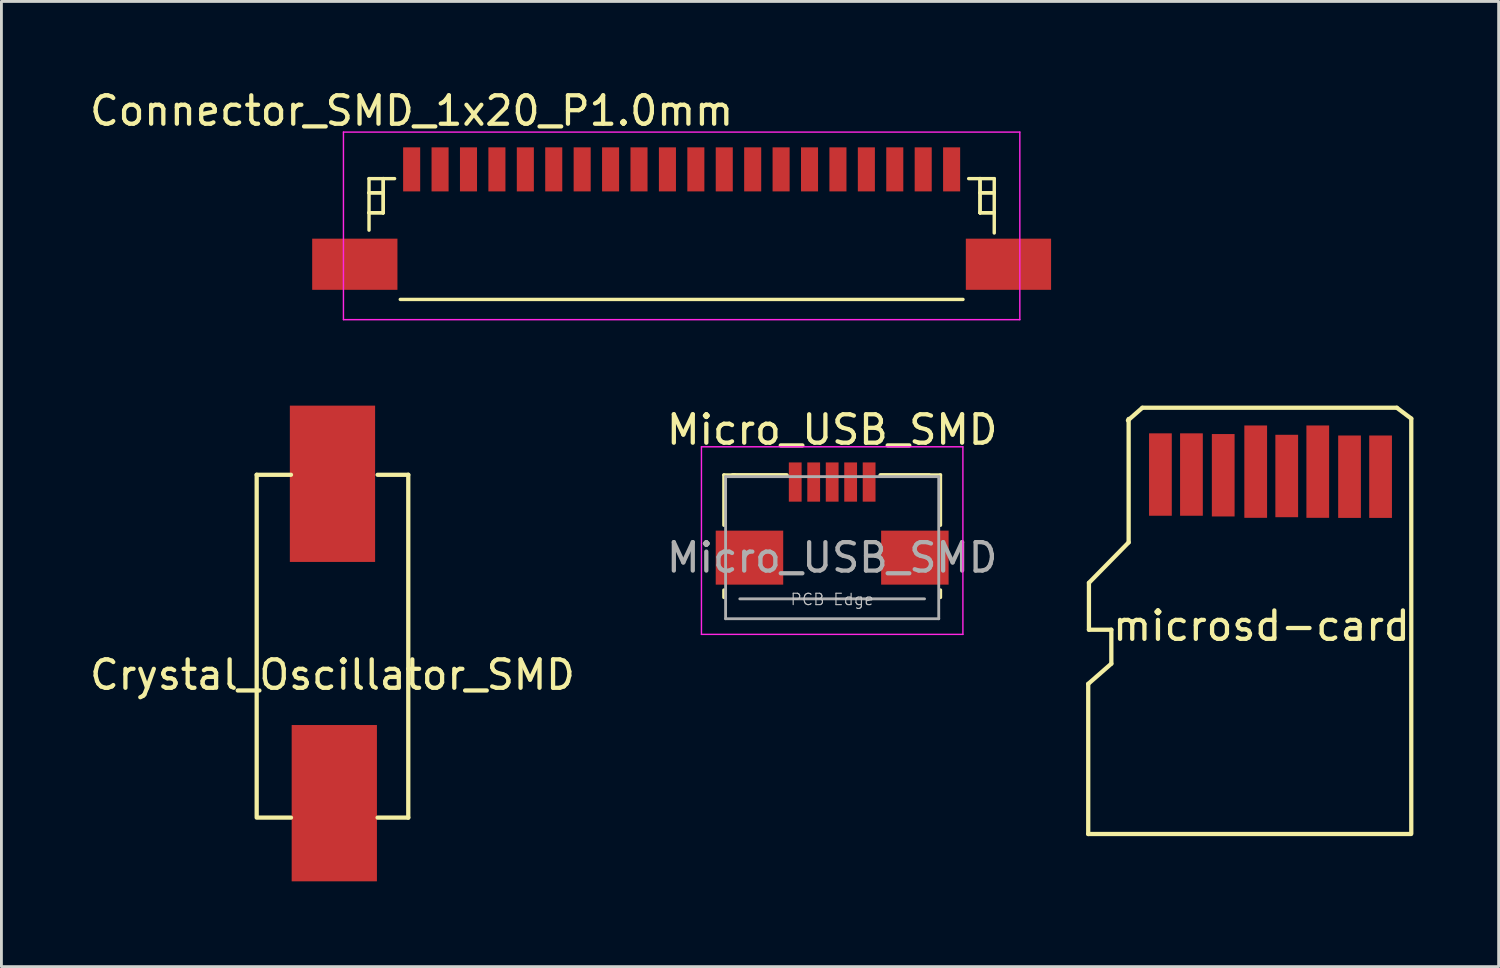
<source format=kicad_pcb>
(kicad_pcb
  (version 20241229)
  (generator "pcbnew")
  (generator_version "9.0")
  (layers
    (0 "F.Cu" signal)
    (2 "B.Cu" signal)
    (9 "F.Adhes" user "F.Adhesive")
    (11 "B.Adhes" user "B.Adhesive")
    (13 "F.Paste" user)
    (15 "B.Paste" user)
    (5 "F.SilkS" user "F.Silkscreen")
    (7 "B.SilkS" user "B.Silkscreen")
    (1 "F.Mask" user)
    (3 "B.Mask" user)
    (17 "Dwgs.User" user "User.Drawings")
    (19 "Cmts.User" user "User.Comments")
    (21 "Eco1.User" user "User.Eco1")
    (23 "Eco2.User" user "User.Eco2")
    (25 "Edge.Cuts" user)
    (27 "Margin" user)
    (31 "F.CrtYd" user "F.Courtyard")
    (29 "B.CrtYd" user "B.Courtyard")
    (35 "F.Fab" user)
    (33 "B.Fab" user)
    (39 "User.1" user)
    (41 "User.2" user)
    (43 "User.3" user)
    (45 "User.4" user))
  (footprint "Connector_SMD_1x20_P1.0mm"
    (layer "F.Cu")
    (at 20.935 4.848)
    (property "Reference" "Connector_SMD_1x20_P1.0mm" (at -9.5 -4 0) (layer "F.SilkS") (effects (font (size 1 1) (thickness 0.15))))
    (attr smd)
    (fp_line (start -11 -1.613) (end -10.1 -1.613) (stroke (width 0.12) (type solid)) (layer "F.SilkS"))
    (fp_line (start -11 -1.113) (end -11 -1.113) (stroke (width 0.12) (type solid)) (layer "F.SilkS"))
    (fp_line (start -11 -1.113) (end -10.5 -1.113) (stroke (width 0.12) (type solid)) (layer "F.SilkS"))
    (fp_line (start -11 -0.412) (end -11 -0.412) (stroke (width 0.12) (type solid)) (layer "F.SilkS"))
    (fp_line (start -11 -0.412) (end -10.5 -0.412) (stroke (width 0.12) (type solid)) (layer "F.SilkS"))
    (fp_line (start -11 0.2) (end -11 -1.613) (stroke (width 0.12) (type solid)) (layer "F.SilkS"))
    (fp_line (start -10.5 -1.613) (end -10.5 -1.613) (stroke (width 0.12) (type solid)) (layer "F.SilkS"))
    (fp_line (start -10.5 -1.613) (end -10.5 -0.412) (stroke (width 0.12) (type solid)) (layer "F.SilkS"))
    (fp_line (start -10.5 -1.113) (end -11 -1.113) (stroke (width 0.12) (type solid)) (layer "F.SilkS"))
    (fp_line (start -10.5 -1.113) (end -10.5 -1.113) (stroke (width 0.12) (type solid)) (layer "F.SilkS"))
    (fp_line (start -10.5 -0.412) (end -11 -0.412) (stroke (width 0.12) (type solid)) (layer "F.SilkS"))
    (fp_line (start -10.5 -0.412) (end -10.5 -1.613) (stroke (width 0.12) (type solid)) (layer "F.SilkS"))
    (fp_line (start -10.5 -0.412) (end -10.5 -0.412) (stroke (width 0.12) (type solid)) (layer "F.SilkS"))
    (fp_line (start -10.5 -0.412) (end -10.5 -0.412) (stroke (width 0.12) (type solid)) (layer "F.SilkS"))
    (fp_line (start -9.9 2.638) (end 9.9 2.638) (stroke (width 0.12) (type solid)) (layer "F.SilkS"))
    (fp_line (start 10.5 -1.613) (end 10.5 -1.613) (stroke (width 0.12) (type solid)) (layer "F.SilkS"))
    (fp_line (start 10.5 -1.613) (end 10.5 -0.412) (stroke (width 0.12) (type solid)) (layer "F.SilkS"))
    (fp_line (start 10.5 -1.113) (end 10.5 -1.113) (stroke (width 0.12) (type solid)) (layer "F.SilkS"))
    (fp_line (start 10.5 -1.113) (end 11 -1.113) (stroke (width 0.12) (type solid)) (layer "F.SilkS"))
    (fp_line (start 10.5 -0.412) (end 10.5 -1.613) (stroke (width 0.12) (type solid)) (layer "F.SilkS"))
    (fp_line (start 10.5 -0.412) (end 10.5 -0.412) (stroke (width 0.12) (type solid)) (layer "F.SilkS"))
    (fp_line (start 10.5 -0.412) (end 10.5 -0.412) (stroke (width 0.12) (type solid)) (layer "F.SilkS"))
    (fp_line (start 10.5 -0.412) (end 11 -0.412) (stroke (width 0.12) (type solid)) (layer "F.SilkS"))
    (fp_line (start 11 -1.613) (end 10.1 -1.613) (stroke (width 0.12) (type solid)) (layer "F.SilkS"))
    (fp_line (start 11 -1.113) (end 10.5 -1.113) (stroke (width 0.12) (type solid)) (layer "F.SilkS"))
    (fp_line (start 11 -1.113) (end 11 -1.113) (stroke (width 0.12) (type solid)) (layer "F.SilkS"))
    (fp_line (start 11 -0.412) (end 10.5 -0.412) (stroke (width 0.12) (type solid)) (layer "F.SilkS"))
    (fp_line (start 11 -0.412) (end 11 -0.412) (stroke (width 0.12) (type solid)) (layer "F.SilkS"))
    (fp_line (start 11 0.3) (end 11 -1.613) (stroke (width 0.12) (type solid)) (layer "F.SilkS"))
    (fp_line (start -11.9 -3.25) (end 11.9 -3.25) (stroke (width 0.05) (type solid)) (layer "F.CrtYd"))
    (fp_line (start -11.9 3.35) (end -11.9 -3.25) (stroke (width 0.05) (type solid)) (layer "F.CrtYd"))
    (fp_line (start 11.9 -3.25) (end 11.9 3.35) (stroke (width 0.05) (type solid)) (layer "F.CrtYd"))
    (fp_line (start 11.9 3.35) (end -11.9 3.35) (stroke (width 0.05) (type solid)) (layer "F.CrtYd"))
    (pad "" smd rect (at -11.5 1.4) (size 3 1.8) (layers "F.Cu" "F.Mask" "F.Paste"))
    (pad "" smd rect (at 11.5 1.4) (size 3 1.8) (layers "F.Cu" "F.Mask" "F.Paste"))
    (pad "1" smd rect (at 9.5 -1.938) (size 0.6 1.55) (layers "F.Cu" "F.Mask" "F.Paste"))
    (pad "2" smd rect (at 8.5 -1.938) (size 0.6 1.55) (layers "F.Cu" "F.Mask" "F.Paste"))
    (pad "3" smd rect (at 7.5 -1.938) (size 0.6 1.55) (layers "F.Cu" "F.Mask" "F.Paste"))
    (pad "4" smd rect (at 6.5 -1.938) (size 0.6 1.55) (layers "F.Cu" "F.Mask" "F.Paste"))
    (pad "5" smd rect (at 5.5 -1.938) (size 0.6 1.55) (layers "F.Cu" "F.Mask" "F.Paste"))
    (pad "6" smd rect (at 4.5 -1.938) (size 0.6 1.55) (layers "F.Cu" "F.Mask" "F.Paste"))
    (pad "7" smd rect (at 3.5 -1.938) (size 0.6 1.55) (layers "F.Cu" "F.Mask" "F.Paste"))
    (pad "8" smd rect (at 2.5 -1.938) (size 0.6 1.55) (layers "F.Cu" "F.Mask" "F.Paste"))
    (pad "9" smd rect (at 1.5 -1.938) (size 0.6 1.55) (layers "F.Cu" "F.Mask" "F.Paste"))
    (pad "10" smd rect (at 0.5 -1.938) (size 0.6 1.55) (layers "F.Cu" "F.Mask" "F.Paste"))
    (pad "11" smd rect (at -0.5 -1.938) (size 0.6 1.55) (layers "F.Cu" "F.Mask" "F.Paste"))
    (pad "12" smd rect (at -1.5 -1.938) (size 0.6 1.55) (layers "F.Cu" "F.Mask" "F.Paste"))
    (pad "13" smd rect (at -2.5 -1.938) (size 0.6 1.55) (layers "F.Cu" "F.Mask" "F.Paste"))
    (pad "14" smd rect (at -3.5 -1.938) (size 0.6 1.55) (layers "F.Cu" "F.Mask" "F.Paste"))
    (pad "15" smd rect (at -4.5 -1.938) (size 0.6 1.55) (layers "F.Cu" "F.Mask" "F.Paste"))
    (pad "16" smd rect (at -5.5 -1.938) (size 0.6 1.55) (layers "F.Cu" "F.Mask" "F.Paste"))
    (pad "17" smd rect (at -6.5 -1.938) (size 0.6 1.55) (layers "F.Cu" "F.Mask" "F.Paste"))
    (pad "18" smd rect (at -7.5 -1.938) (size 0.6 1.55) (layers "F.Cu" "F.Mask" "F.Paste"))
    (pad "19" smd rect (at -8.5 -1.938) (size 0.6 1.55) (layers "F.Cu" "F.Mask" "F.Paste"))
    (pad "20" smd rect (at -9.5 -1.938) (size 0.6 1.55) (layers "F.Cu" "F.Mask" "F.Paste")))
  (footprint "microsd-card"
    (layer "F.Cu")
    (at 41.338 18.474)
    (property "Reference" "microsd-card" (at 0 0.5 0) (layer "F.SilkS") (effects (font (size 1 1) (thickness 0.15))))
    (attr smd)
    (fp_line (start -6.096 2.54) (end -6.096 7.823) (stroke (width 0.15) (type solid)) (layer "F.SilkS"))
    (fp_line (start -6.096 7.823) (end 5.258 7.823) (stroke (width 0.15) (type solid)) (layer "F.SilkS"))
    (fp_line (start -6.071 -1.016) (end -6.071 0.635) (stroke (width 0.15) (type solid)) (layer "F.SilkS"))
    (fp_line (start -6.071 0.635) (end -5.283 0.635) (stroke (width 0.15) (type solid)) (layer "F.SilkS"))
    (fp_line (start -5.283 0.635) (end -5.283 1.829) (stroke (width 0.15) (type solid)) (layer "F.SilkS"))
    (fp_line (start -5.283 1.829) (end -6.096 2.54) (stroke (width 0.15) (type solid)) (layer "F.SilkS"))
    (fp_line (start -4.674 -6.782) (end -4.674 -2.438) (stroke (width 0.15) (type solid)) (layer "F.SilkS"))
    (fp_line (start -4.674 -2.438) (end -6.071 -1.016) (stroke (width 0.15) (type solid)) (layer "F.SilkS"))
    (fp_line (start -4.191 -7.176) (end -4.699 -6.731) (stroke (width 0.15) (type solid)) (layer "F.SilkS"))
    (fp_line (start 4.763 -7.176) (end -4.191 -7.176) (stroke (width 0.15) (type solid)) (layer "F.SilkS"))
    (fp_line (start 5.271 -6.795) (end 4.763 -7.176) (stroke (width 0.15) (type solid)) (layer "F.SilkS"))
    (fp_line (start 5.271 7.811) (end 5.271 -6.795) (stroke (width 0.15) (type solid)) (layer "F.SilkS"))
    (pad "1" smd rect (at -3.556 -4.826) (size 0.8 2.9) (layers "F.Cu" "F.Mask" "F.Paste"))
    (pad "2" smd rect (at -2.464 -4.826) (size 0.8 2.9) (layers "F.Cu" "F.Mask" "F.Paste"))
    (pad "3" smd rect (at -1.346 -4.801) (size 0.8 2.9) (layers "F.Cu" "F.Mask" "F.Paste"))
    (pad "4" smd rect (at -0.203 -4.928) (size 0.8 3.25) (layers "F.Cu" "F.Mask" "F.Paste"))
    (pad "5" smd rect (at 0.889 -4.775) (size 0.8 2.9) (layers "F.Cu" "F.Mask" "F.Paste"))
    (pad "6" smd rect (at 1.981 -4.928) (size 0.8 3.25) (layers "F.Cu" "F.Mask" "F.Paste"))
    (pad "7" smd rect (at 3.099 -4.75) (size 0.8 2.9) (layers "F.Cu" "F.Mask" "F.Paste"))
    (pad "8" smd rect (at 4.191 -4.75) (size 0.8 2.9) (layers "F.Cu" "F.Mask" "F.Paste")))
  (footprint "Micro_USB_SMD"
    (layer "F.Cu")
    (at 26.232 16.572)
    (property "Reference" "Micro_USB_SMD" (at 0 -4.5 180) (layer "F.SilkS") (effects (font (size 1 1) (thickness 0.15))))
    (attr smd)
    (fp_line (start -3.81 -2.91) (end -3.43 -2.91) (stroke (width 0.12) (type solid)) (layer "F.SilkS"))
    (fp_line (start -3.81 -1.14) (end -3.81 -2.91) (stroke (width 0.12) (type solid)) (layer "F.SilkS"))
    (fp_line (start -3.81 1.4) (end -3.81 1.14) (stroke (width 0.12) (type solid)) (layer "F.SilkS"))
    (fp_line (start -1.6 -2.9) (end -3.5 -2.9) (stroke (width 0.15) (type solid)) (layer "F.SilkS"))
    (fp_line (start 3.4 -2.9) (end 1.7 -2.9) (stroke (width 0.15) (type solid)) (layer "F.SilkS"))
    (fp_line (start 3.81 -2.91) (end 3.43 -2.91) (stroke (width 0.12) (type solid)) (layer "F.SilkS"))
    (fp_line (start 3.81 -2.91) (end 3.81 -1.14) (stroke (width 0.12) (type solid)) (layer "F.SilkS"))
    (fp_line (start 3.81 1.14) (end 3.81 1.4) (stroke (width 0.12) (type solid)) (layer "F.SilkS"))
    (fp_line (start -4.6 -3.9) (end 4.6 -3.9) (stroke (width 0.05) (type solid)) (layer "F.CrtYd"))
    (fp_line (start -4.6 2.7) (end -4.6 -3.9) (stroke (width 0.05) (type solid)) (layer "F.CrtYd"))
    (fp_line (start 4.6 -3.9) (end 4.6 2.7) (stroke (width 0.05) (type solid)) (layer "F.CrtYd"))
    (fp_line (start 4.6 2.7) (end -4.6 2.7) (stroke (width 0.05) (type solid)) (layer "F.CrtYd"))
    (fp_line (start -3.75 -2.85) (end 3.75 -2.85) (stroke (width 0.1) (type solid)) (layer "F.Fab"))
    (fp_line (start -3.75 2.15) (end -3.75 -2.85) (stroke (width 0.1) (type solid)) (layer "F.Fab"))
    (fp_line (start -3.25 1.45) (end 3.25 1.45) (stroke (width 0.1) (type solid)) (layer "F.Fab"))
    (fp_line (start 3.75 -2.85) (end 3.75 2.15) (stroke (width 0.1) (type solid)) (layer "F.Fab"))
    (fp_line (start 3.75 2.15) (end -3.75 2.15) (stroke (width 0.1) (type solid)) (layer "F.Fab"))
    (fp_text user "PCB Edge" (at 0 1.47 180) (layer "Dwgs.User") (effects (font (size 0.4 0.4) (thickness 0.04))))
    (fp_text user "${REFERENCE}" (at 0 0 0) (layer "F.Fab") (effects (font (size 1 1) (thickness 0.15))))
    (pad "1" smd rect (at -1.3 -2.66) (size 0.45 1.38) (layers "F.Cu" "F.Mask" "F.Paste"))
    (pad "2" smd rect (at -0.65 -2.66) (size 0.45 1.38) (layers "F.Cu" "F.Mask" "F.Paste"))
    (pad "3" smd rect (at 0 -2.66) (size 0.45 1.38) (layers "F.Cu" "F.Mask" "F.Paste"))
    (pad "4" smd rect (at 0.65 -2.66) (size 0.45 1.38) (layers "F.Cu" "F.Mask" "F.Paste"))
    (pad "5" smd rect (at 1.3 -2.66) (size 0.45 1.38) (layers "F.Cu" "F.Mask" "F.Paste"))
    (pad "6" smd rect (at -2.91 0) (size 2.375 1.9) (layers "F.Cu" "F.Mask" "F.Paste"))
    (pad "6" smd rect (at 2.91 0) (size 2.375 1.9) (layers "F.Cu" "F.Mask" "F.Paste")))
  (footprint "Crystal_Oscillator_SMD"
    (layer "F.Cu")
    (at 8.649 20.196)
    (property "Reference" "Crystal_Oscillator_SMD" (at 0 0.5 0) (layer "F.SilkS") (effects (font (size 1 1) (thickness 0.15))))
    (attr through_hole)
    (fp_line (start -2.667 -6.54) (end -2.667 5.524) (stroke (width 0.15) (type solid)) (layer "F.SilkS"))
    (fp_line (start -1.46 -6.54) (end -2.667 -6.54) (stroke (width 0.15) (type solid)) (layer "F.SilkS"))
    (fp_line (start -1.46 5.524) (end -2.603 5.524) (stroke (width 0.15) (type solid)) (layer "F.SilkS"))
    (fp_line (start 1.587 -6.54) (end 2.667 -6.54) (stroke (width 0.15) (type solid)) (layer "F.SilkS"))
    (fp_line (start 2.667 -6.54) (end 2.667 5.524) (stroke (width 0.15) (type solid)) (layer "F.SilkS"))
    (fp_line (start 2.667 5.524) (end 1.587 5.524) (stroke (width 0.15) (type solid)) (layer "F.SilkS"))
    (pad "1" smd rect (at 0 -6.223) (size 3 5.5) (layers "F.Cu" "F.Mask" "F.Paste"))
    (pad "2" smd rect (at 0.064 5.016) (size 3 5.5) (layers "F.Cu" "F.Mask" "F.Paste")))
  (gr_rect
    (start -3 -3)
    (end 49.683 30.963)
    (stroke (width 0.1) (type default))
    (fill no)
    (layer "Edge.Cuts")))
</source>
